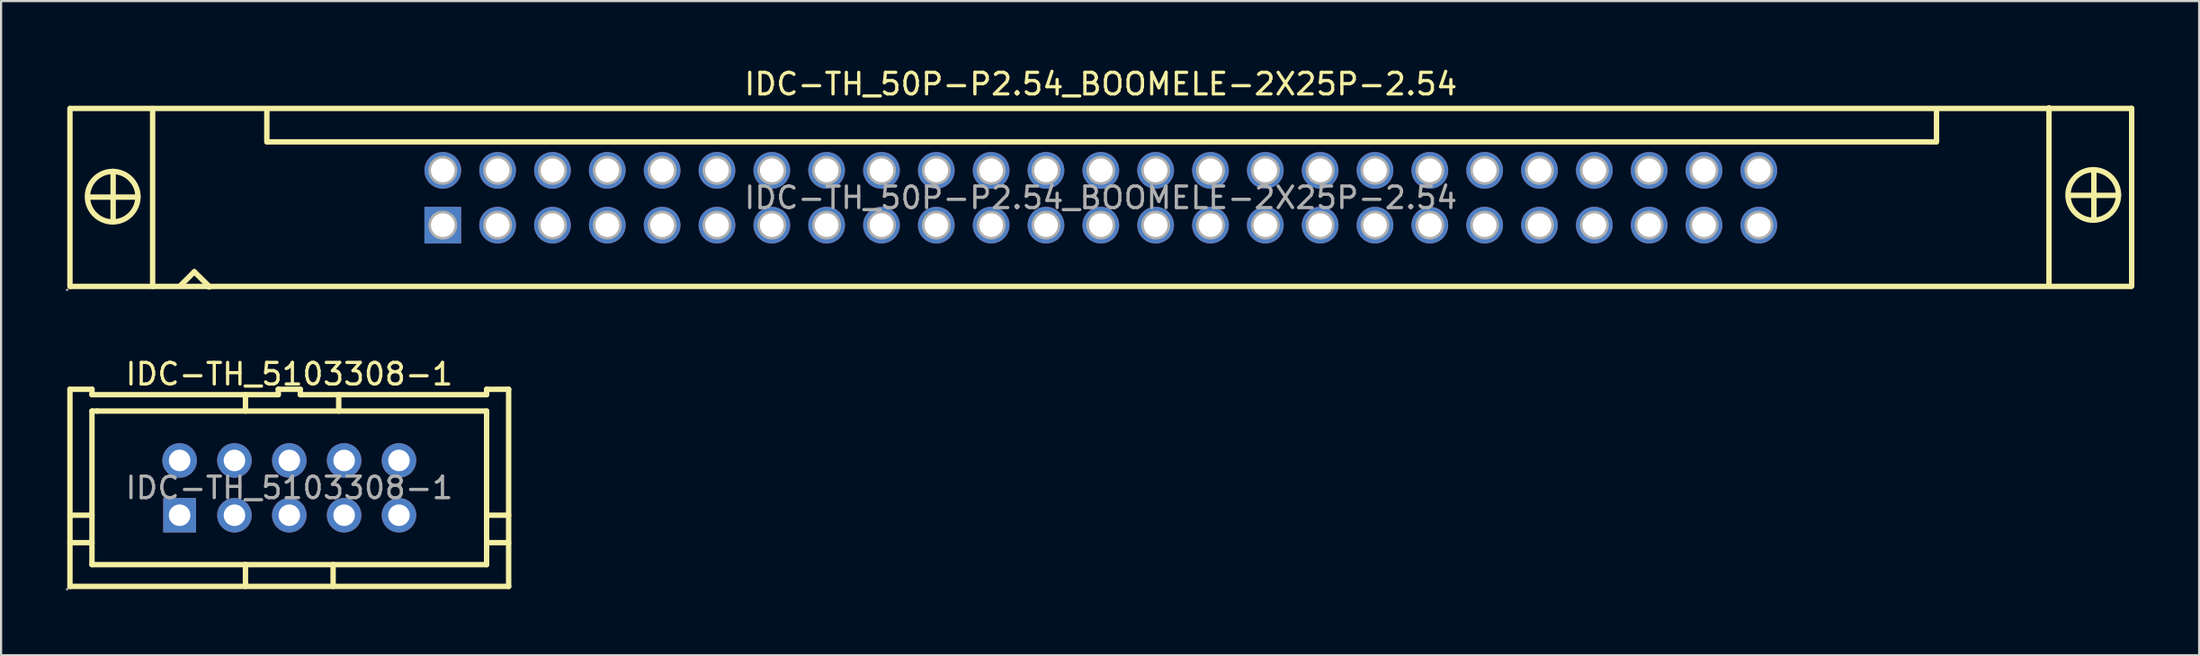
<source format=kicad_pcb>
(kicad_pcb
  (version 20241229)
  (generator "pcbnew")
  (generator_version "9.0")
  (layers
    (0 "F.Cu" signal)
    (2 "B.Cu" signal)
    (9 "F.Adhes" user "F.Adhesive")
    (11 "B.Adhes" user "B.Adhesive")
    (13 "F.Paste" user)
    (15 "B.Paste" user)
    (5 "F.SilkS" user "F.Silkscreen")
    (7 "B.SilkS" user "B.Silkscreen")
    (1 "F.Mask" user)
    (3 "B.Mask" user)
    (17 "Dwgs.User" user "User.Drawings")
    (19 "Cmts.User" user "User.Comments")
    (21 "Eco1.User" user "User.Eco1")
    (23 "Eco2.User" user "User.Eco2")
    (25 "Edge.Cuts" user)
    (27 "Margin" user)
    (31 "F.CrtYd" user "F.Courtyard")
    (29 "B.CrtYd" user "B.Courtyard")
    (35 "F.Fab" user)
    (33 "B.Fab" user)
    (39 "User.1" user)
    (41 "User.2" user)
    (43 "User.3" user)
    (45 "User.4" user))
  (footprint "IDC-TH_5103308-1"
    (layer "F.Cu")
    (at 10.35 19.567)
    (property "Reference" "IDC-TH_5103308-1" (at 0 -5.27 0) (layer "F.SilkS") (effects (font (size 1 1) (thickness 0.15))))
    (attr through_hole)
    (fp_line (start -10.16 1.27) (end -9.14 1.27) (stroke (width 0.25) (type solid)) (layer "F.SilkS"))
    (fp_line (start -10.16 2.54) (end -9.14 2.54) (stroke (width 0.25) (type solid)) (layer "F.SilkS"))
    (fp_line (start -10.16 4.57) (end -10.16 -4.57) (stroke (width 0.25) (type solid)) (layer "F.SilkS"))
    (fp_line (start -10.16 4.57) (end 10.16 4.57) (stroke (width 0.25) (type solid)) (layer "F.SilkS"))
    (fp_line (start -9.14 -4.57) (end -10.16 -4.57) (stroke (width 0.25) (type solid)) (layer "F.SilkS"))
    (fp_line (start -9.14 -4.32) (end -9.14 -4.57) (stroke (width 0.25) (type solid)) (layer "F.SilkS"))
    (fp_line (start -9.14 -3.56) (end -8.89 -3.56) (stroke (width 0.25) (type solid)) (layer "F.SilkS"))
    (fp_line (start -9.14 3.56) (end -9.14 -3.56) (stroke (width 0.25) (type solid)) (layer "F.SilkS"))
    (fp_line (start -8.89 -3.56) (end 9.14 -3.56) (stroke (width 0.25) (type solid)) (layer "F.SilkS"))
    (fp_line (start -2.03 -4.32) (end -2.03 -3.56) (stroke (width 0.25) (type solid)) (layer "F.SilkS"))
    (fp_line (start -2.03 3.56) (end -9.14 3.56) (stroke (width 0.25) (type solid)) (layer "F.SilkS"))
    (fp_line (start -2.03 3.56) (end -2.03 4.57) (stroke (width 0.25) (type solid)) (layer "F.SilkS"))
    (fp_line (start -2.03 3.56) (end 2.03 3.56) (stroke (width 0.25) (type solid)) (layer "F.SilkS"))
    (fp_line (start -0.51 -4.57) (end -0.51 -4.32) (stroke (width 0.25) (type solid)) (layer "F.SilkS"))
    (fp_line (start -0.51 -4.32) (end -9.14 -4.32) (stroke (width 0.25) (type solid)) (layer "F.SilkS"))
    (fp_line (start 0.51 -4.57) (end -0.51 -4.57) (stroke (width 0.25) (type solid)) (layer "F.SilkS"))
    (fp_line (start 0.51 -4.32) (end 0.51 -4.57) (stroke (width 0.25) (type solid)) (layer "F.SilkS"))
    (fp_line (start 2.03 3.56) (end 2.03 4.57) (stroke (width 0.25) (type solid)) (layer "F.SilkS"))
    (fp_line (start 2.29 -4.32) (end 2.29 -3.56) (stroke (width 0.25) (type solid)) (layer "F.SilkS"))
    (fp_line (start 9.14 -4.57) (end 9.14 -4.32) (stroke (width 0.25) (type solid)) (layer "F.SilkS"))
    (fp_line (start 9.14 -4.32) (end 0.51 -4.32) (stroke (width 0.25) (type solid)) (layer "F.SilkS"))
    (fp_line (start 9.14 -3.56) (end 9.14 3.56) (stroke (width 0.25) (type solid)) (layer "F.SilkS"))
    (fp_line (start 9.14 1.27) (end 10.16 1.27) (stroke (width 0.25) (type solid)) (layer "F.SilkS"))
    (fp_line (start 9.14 2.54) (end 10.16 2.54) (stroke (width 0.25) (type solid)) (layer "F.SilkS"))
    (fp_line (start 9.14 3.56) (end 2.03 3.56) (stroke (width 0.25) (type solid)) (layer "F.SilkS"))
    (fp_line (start 10.16 -4.57) (end 9.14 -4.57) (stroke (width 0.25) (type solid)) (layer "F.SilkS"))
    (fp_line (start 10.16 4.57) (end 10.16 -4.57) (stroke (width 0.25) (type solid)) (layer "F.SilkS"))
    (fp_circle (center -10.29 4.7) (end -10.26 4.7) (stroke (width 0.06) (type solid)) (fill no) (layer "F.Fab"))
    (fp_circle (center -5.08 -1.27) (end -4.88 -1.27) (stroke (width 0.4) (type solid)) (fill no) (layer "F.Fab"))
    (fp_circle (center -5.08 1.27) (end -4.88 1.27) (stroke (width 0.4) (type solid)) (fill no) (layer "F.Fab"))
    (fp_circle (center -2.54 -1.27) (end -2.34 -1.27) (stroke (width 0.4) (type solid)) (fill no) (layer "F.Fab"))
    (fp_circle (center -2.54 1.27) (end -2.34 1.27) (stroke (width 0.4) (type solid)) (fill no) (layer "F.Fab"))
    (fp_circle (center 0 -1.27) (end 0.2 -1.27) (stroke (width 0.4) (type solid)) (fill no) (layer "F.Fab"))
    (fp_circle (center 0 1.27) (end 0.2 1.27) (stroke (width 0.4) (type solid)) (fill no) (layer "F.Fab"))
    (fp_circle (center 2.54 -1.27) (end 2.74 -1.27) (stroke (width 0.4) (type solid)) (fill no) (layer "F.Fab"))
    (fp_circle (center 2.54 1.27) (end 2.74 1.27) (stroke (width 0.4) (type solid)) (fill no) (layer "F.Fab"))
    (fp_circle (center 5.08 -1.27) (end 5.28 -1.27) (stroke (width 0.4) (type solid)) (fill no) (layer "F.Fab"))
    (fp_circle (center 5.08 1.27) (end 5.28 1.27) (stroke (width 0.4) (type solid)) (fill no) (layer "F.Fab"))
    (fp_text user "${REFERENCE}" (at 0 0 0) (layer "F.Fab") (effects (font (size 1 1) (thickness 0.15))))
    (pad "1" thru_hole rect (at -5.08 1.27) (size 1.52 1.6) (drill 1) (layers "*.Cu" "*.Paste" "*.Mask"))
    (pad "2" thru_hole circle (at -5.08 -1.27) (size 1.6 1.6) (drill 1) (layers "*.Cu" "*.Paste" "*.Mask"))
    (pad "3" thru_hole circle (at -2.54 1.27) (size 1.6 1.6) (drill 1) (layers "*.Cu" "*.Paste" "*.Mask"))
    (pad "4" thru_hole circle (at -2.54 -1.27) (size 1.6 1.6) (drill 1) (layers "*.Cu" "*.Paste" "*.Mask"))
    (pad "5" thru_hole circle (at 0 1.27) (size 1.6 1.6) (drill 1) (layers "*.Cu" "*.Paste" "*.Mask"))
    (pad "6" thru_hole circle (at 0 -1.27) (size 1.6 1.6) (drill 1) (layers "*.Cu" "*.Paste" "*.Mask"))
    (pad "7" thru_hole circle (at 2.54 1.27) (size 1.6 1.6) (drill 1) (layers "*.Cu" "*.Paste" "*.Mask"))
    (pad "8" thru_hole circle (at 2.54 -1.27) (size 1.6 1.6) (drill 1) (layers "*.Cu" "*.Paste" "*.Mask"))
    (pad "9" thru_hole circle (at 5.08 1.27) (size 1.6 1.6) (drill 1) (layers "*.Cu" "*.Paste" "*.Mask"))
    (pad "10" thru_hole circle (at 5.08 -1.27) (size 1.6 1.6) (drill 1) (layers "*.Cu" "*.Paste" "*.Mask")))
  (footprint "IDC-TH_50P-P2.54_BOOMELE-2X25P-2.54"
    (layer "F.Cu")
    (at 47.94 6.118)
    (property "Reference" "IDC-TH_50P-P2.54_BOOMELE-2X25P-2.54" (at 0 -5.27 0) (layer "F.SilkS") (effects (font (size 1 1) (thickness 0.15))))
    (attr through_hole)
    (fp_line (start -47.75 -4.14) (end -47.75 4.11) (stroke (width 0.25) (type solid)) (layer "F.SilkS"))
    (fp_line (start -47.73 -4.14) (end 47.72 -4.14) (stroke (width 0.25) (type solid)) (layer "F.SilkS"))
    (fp_line (start -47.72 4.11) (end 47.73 4.11) (stroke (width 0.25) (type solid)) (layer "F.SilkS"))
    (fp_line (start -46.91 -0.03) (end -44.68 -0.03) (stroke (width 0.25) (type solid)) (layer "F.SilkS"))
    (fp_line (start -46.91 0.03) (end -46.91 -0.03) (stroke (width 0.25) (type solid)) (layer "F.SilkS"))
    (fp_line (start -45.75 -1.22) (end -45.75 1.07) (stroke (width 0.25) (type solid)) (layer "F.SilkS"))
    (fp_line (start -45.75 1.07) (end -45.77 1.09) (stroke (width 0.25) (type solid)) (layer "F.SilkS"))
    (fp_line (start -44.68 -0.03) (end -44.6 -0.05) (stroke (width 0.25) (type solid)) (layer "F.SilkS"))
    (fp_line (start -43.92 -4.14) (end -43.92 4.11) (stroke (width 0.25) (type solid)) (layer "F.SilkS"))
    (fp_line (start -42.62 4.06) (end -41.99 3.43) (stroke (width 0.25) (type solid)) (layer "F.SilkS"))
    (fp_line (start -41.99 3.43) (end -41.3 4.11) (stroke (width 0.25) (type solid)) (layer "F.SilkS"))
    (fp_line (start -41.3 4.11) (end -41.3 4.14) (stroke (width 0.25) (type solid)) (layer "F.SilkS"))
    (fp_line (start -38.63 -2.59) (end -38.63 -4.09) (stroke (width 0.25) (type solid)) (layer "F.SilkS"))
    (fp_line (start -38.61 -2.59) (end 38.68 -2.59) (stroke (width 0.25) (type solid)) (layer "F.SilkS"))
    (fp_line (start 38.71 -2.59) (end 38.71 -4.09) (stroke (width 0.25) (type solid)) (layer "F.SilkS"))
    (fp_line (start 43.92 -4.17) (end 43.92 4.08) (stroke (width 0.25) (type solid)) (layer "F.SilkS"))
    (fp_line (start 44.83 -0.11) (end 47.07 -0.11) (stroke (width 0.25) (type solid)) (layer "F.SilkS"))
    (fp_line (start 44.83 -0.06) (end 44.83 -0.11) (stroke (width 0.25) (type solid)) (layer "F.SilkS"))
    (fp_line (start 46 -1.3) (end 46 0.99) (stroke (width 0.25) (type solid)) (layer "F.SilkS"))
    (fp_line (start 46 0.99) (end 45.97 1.01) (stroke (width 0.25) (type solid)) (layer "F.SilkS"))
    (fp_line (start 47.07 -0.11) (end 47.14 -0.13) (stroke (width 0.25) (type solid)) (layer "F.SilkS"))
    (fp_line (start 47.75 -4.15) (end 47.75 4.1) (stroke (width 0.25) (type solid)) (layer "F.SilkS"))
    (fp_circle (center -45.77 -0.05) (end -44.6 -0.05) (stroke (width 0.25) (type solid)) (fill no) (layer "F.SilkS"))
    (fp_circle (center 45.97 -0.13) (end 47.14 -0.13) (stroke (width 0.25) (type solid)) (fill no) (layer "F.SilkS"))
    (fp_circle (center -47.88 4.27) (end -47.85 4.27) (stroke (width 0.06) (type solid)) (fill no) (layer "F.Fab"))
    (fp_circle (center -30.48 -1.27) (end -30.26 -1.27) (stroke (width 0.45) (type solid)) (fill no) (layer "F.Fab"))
    (fp_circle (center -30.48 1.27) (end -30.26 1.27) (stroke (width 0.45) (type solid)) (fill no) (layer "F.Fab"))
    (fp_circle (center -27.94 -1.27) (end -27.72 -1.27) (stroke (width 0.45) (type solid)) (fill no) (layer "F.Fab"))
    (fp_circle (center -27.94 1.27) (end -27.72 1.27) (stroke (width 0.45) (type solid)) (fill no) (layer "F.Fab"))
    (fp_circle (center -25.4 -1.27) (end -25.18 -1.27) (stroke (width 0.45) (type solid)) (fill no) (layer "F.Fab"))
    (fp_circle (center -25.4 1.27) (end -25.18 1.27) (stroke (width 0.45) (type solid)) (fill no) (layer "F.Fab"))
    (fp_circle (center -22.86 -1.27) (end -22.64 -1.27) (stroke (width 0.45) (type solid)) (fill no) (layer "F.Fab"))
    (fp_circle (center -22.86 1.27) (end -22.64 1.27) (stroke (width 0.45) (type solid)) (fill no) (layer "F.Fab"))
    (fp_circle (center -20.32 -1.27) (end -20.1 -1.27) (stroke (width 0.45) (type solid)) (fill no) (layer "F.Fab"))
    (fp_circle (center -20.32 1.27) (end -20.1 1.27) (stroke (width 0.45) (type solid)) (fill no) (layer "F.Fab"))
    (fp_circle (center -17.78 -1.27) (end -17.56 -1.27) (stroke (width 0.45) (type solid)) (fill no) (layer "F.Fab"))
    (fp_circle (center -17.78 1.27) (end -17.56 1.27) (stroke (width 0.45) (type solid)) (fill no) (layer "F.Fab"))
    (fp_circle (center -15.24 -1.27) (end -15.02 -1.27) (stroke (width 0.45) (type solid)) (fill no) (layer "F.Fab"))
    (fp_circle (center -15.24 1.27) (end -15.02 1.27) (stroke (width 0.45) (type solid)) (fill no) (layer "F.Fab"))
    (fp_circle (center -12.7 -1.27) (end -12.48 -1.27) (stroke (width 0.45) (type solid)) (fill no) (layer "F.Fab"))
    (fp_circle (center -12.7 1.27) (end -12.48 1.27) (stroke (width 0.45) (type solid)) (fill no) (layer "F.Fab"))
    (fp_circle (center -10.16 -1.27) (end -9.94 -1.27) (stroke (width 0.45) (type solid)) (fill no) (layer "F.Fab"))
    (fp_circle (center -10.16 1.27) (end -9.94 1.27) (stroke (width 0.45) (type solid)) (fill no) (layer "F.Fab"))
    (fp_circle (center -7.62 -1.27) (end -7.4 -1.27) (stroke (width 0.45) (type solid)) (fill no) (layer "F.Fab"))
    (fp_circle (center -7.62 1.27) (end -7.4 1.27) (stroke (width 0.45) (type solid)) (fill no) (layer "F.Fab"))
    (fp_circle (center -5.08 -1.27) (end -4.86 -1.27) (stroke (width 0.45) (type solid)) (fill no) (layer "F.Fab"))
    (fp_circle (center -5.08 1.27) (end -4.86 1.27) (stroke (width 0.45) (type solid)) (fill no) (layer "F.Fab"))
    (fp_circle (center -2.54 -1.27) (end -2.32 -1.27) (stroke (width 0.45) (type solid)) (fill no) (layer "F.Fab"))
    (fp_circle (center -2.54 1.27) (end -2.32 1.27) (stroke (width 0.45) (type solid)) (fill no) (layer "F.Fab"))
    (fp_circle (center 0 -1.27) (end 0.22 -1.27) (stroke (width 0.45) (type solid)) (fill no) (layer "F.Fab"))
    (fp_circle (center 0 1.27) (end 0.22 1.27) (stroke (width 0.45) (type solid)) (fill no) (layer "F.Fab"))
    (fp_circle (center 2.54 -1.27) (end 2.76 -1.27) (stroke (width 0.45) (type solid)) (fill no) (layer "F.Fab"))
    (fp_circle (center 2.54 1.27) (end 2.76 1.27) (stroke (width 0.45) (type solid)) (fill no) (layer "F.Fab"))
    (fp_circle (center 5.08 -1.27) (end 5.3 -1.27) (stroke (width 0.45) (type solid)) (fill no) (layer "F.Fab"))
    (fp_circle (center 5.08 1.27) (end 5.3 1.27) (stroke (width 0.45) (type solid)) (fill no) (layer "F.Fab"))
    (fp_circle (center 7.62 -1.27) (end 7.84 -1.27) (stroke (width 0.45) (type solid)) (fill no) (layer "F.Fab"))
    (fp_circle (center 7.62 1.27) (end 7.84 1.27) (stroke (width 0.45) (type solid)) (fill no) (layer "F.Fab"))
    (fp_circle (center 10.16 -1.27) (end 10.38 -1.27) (stroke (width 0.45) (type solid)) (fill no) (layer "F.Fab"))
    (fp_circle (center 10.16 1.27) (end 10.38 1.27) (stroke (width 0.45) (type solid)) (fill no) (layer "F.Fab"))
    (fp_circle (center 12.7 -1.27) (end 12.92 -1.27) (stroke (width 0.45) (type solid)) (fill no) (layer "F.Fab"))
    (fp_circle (center 12.7 1.27) (end 12.92 1.27) (stroke (width 0.45) (type solid)) (fill no) (layer "F.Fab"))
    (fp_circle (center 15.24 -1.27) (end 15.46 -1.27) (stroke (width 0.45) (type solid)) (fill no) (layer "F.Fab"))
    (fp_circle (center 15.24 1.27) (end 15.46 1.27) (stroke (width 0.45) (type solid)) (fill no) (layer "F.Fab"))
    (fp_circle (center 17.78 -1.27) (end 18 -1.27) (stroke (width 0.45) (type solid)) (fill no) (layer "F.Fab"))
    (fp_circle (center 17.78 1.27) (end 18 1.27) (stroke (width 0.45) (type solid)) (fill no) (layer "F.Fab"))
    (fp_circle (center 20.32 -1.27) (end 20.54 -1.27) (stroke (width 0.45) (type solid)) (fill no) (layer "F.Fab"))
    (fp_circle (center 20.32 1.27) (end 20.54 1.27) (stroke (width 0.45) (type solid)) (fill no) (layer "F.Fab"))
    (fp_circle (center 22.86 -1.27) (end 23.08 -1.27) (stroke (width 0.45) (type solid)) (fill no) (layer "F.Fab"))
    (fp_circle (center 22.86 1.27) (end 23.08 1.27) (stroke (width 0.45) (type solid)) (fill no) (layer "F.Fab"))
    (fp_circle (center 25.4 -1.27) (end 25.62 -1.27) (stroke (width 0.45) (type solid)) (fill no) (layer "F.Fab"))
    (fp_circle (center 25.4 1.27) (end 25.62 1.27) (stroke (width 0.45) (type solid)) (fill no) (layer "F.Fab"))
    (fp_circle (center 27.94 -1.27) (end 28.16 -1.27) (stroke (width 0.45) (type solid)) (fill no) (layer "F.Fab"))
    (fp_circle (center 27.94 1.27) (end 28.16 1.27) (stroke (width 0.45) (type solid)) (fill no) (layer "F.Fab"))
    (fp_circle (center 30.48 -1.27) (end 30.7 -1.27) (stroke (width 0.45) (type solid)) (fill no) (layer "F.Fab"))
    (fp_circle (center 30.48 1.27) (end 30.7 1.27) (stroke (width 0.45) (type solid)) (fill no) (layer "F.Fab"))
    (fp_text user "${REFERENCE}" (at 0 0 0) (layer "F.Fab") (effects (font (size 1 1) (thickness 0.15))))
    (pad "1" thru_hole rect (at -30.48 1.27) (size 1.7 1.7) (drill 1.1) (layers "*.Cu" "*.Paste" "*.Mask"))
    (pad "2" thru_hole circle (at -30.48 -1.27) (size 1.7 1.7) (drill 1.1) (layers "*.Cu" "*.Paste" "*.Mask"))
    (pad "3" thru_hole circle (at -27.94 1.27) (size 1.7 1.7) (drill 1.1) (layers "*.Cu" "*.Paste" "*.Mask"))
    (pad "4" thru_hole circle (at -27.94 -1.27) (size 1.7 1.7) (drill 1.1) (layers "*.Cu" "*.Paste" "*.Mask"))
    (pad "5" thru_hole circle (at -25.4 1.27) (size 1.7 1.7) (drill 1.1) (layers "*.Cu" "*.Paste" "*.Mask"))
    (pad "6" thru_hole circle (at -25.4 -1.27) (size 1.7 1.7) (drill 1.1) (layers "*.Cu" "*.Paste" "*.Mask"))
    (pad "7" thru_hole circle (at -22.86 1.27) (size 1.7 1.7) (drill 1.1) (layers "*.Cu" "*.Paste" "*.Mask"))
    (pad "8" thru_hole circle (at -22.86 -1.27) (size 1.7 1.7) (drill 1.1) (layers "*.Cu" "*.Paste" "*.Mask"))
    (pad "9" thru_hole circle (at -20.32 1.27) (size 1.7 1.7) (drill 1.1) (layers "*.Cu" "*.Paste" "*.Mask"))
    (pad "10" thru_hole circle (at -20.32 -1.27) (size 1.7 1.7) (drill 1.1) (layers "*.Cu" "*.Paste" "*.Mask"))
    (pad "11" thru_hole circle (at -17.78 1.27) (size 1.7 1.7) (drill 1.1) (layers "*.Cu" "*.Paste" "*.Mask"))
    (pad "12" thru_hole circle (at -17.78 -1.27) (size 1.7 1.7) (drill 1.1) (layers "*.Cu" "*.Paste" "*.Mask"))
    (pad "13" thru_hole circle (at -15.24 1.27) (size 1.7 1.7) (drill 1.1) (layers "*.Cu" "*.Paste" "*.Mask"))
    (pad "14" thru_hole circle (at -15.24 -1.27) (size 1.7 1.7) (drill 1.1) (layers "*.Cu" "*.Paste" "*.Mask"))
    (pad "15" thru_hole circle (at -12.7 1.27) (size 1.7 1.7) (drill 1.1) (layers "*.Cu" "*.Paste" "*.Mask"))
    (pad "16" thru_hole circle (at -12.7 -1.27) (size 1.7 1.7) (drill 1.1) (layers "*.Cu" "*.Paste" "*.Mask"))
    (pad "17" thru_hole circle (at -10.16 1.27) (size 1.7 1.7) (drill 1.1) (layers "*.Cu" "*.Paste" "*.Mask"))
    (pad "18" thru_hole circle (at -10.16 -1.27) (size 1.7 1.7) (drill 1.1) (layers "*.Cu" "*.Paste" "*.Mask"))
    (pad "19" thru_hole circle (at -7.62 1.27) (size 1.7 1.7) (drill 1.1) (layers "*.Cu" "*.Paste" "*.Mask"))
    (pad "20" thru_hole circle (at -7.62 -1.27) (size 1.7 1.7) (drill 1.1) (layers "*.Cu" "*.Paste" "*.Mask"))
    (pad "21" thru_hole circle (at -5.08 1.27) (size 1.7 1.7) (drill 1.1) (layers "*.Cu" "*.Paste" "*.Mask"))
    (pad "22" thru_hole circle (at -5.08 -1.27) (size 1.7 1.7) (drill 1.1) (layers "*.Cu" "*.Paste" "*.Mask"))
    (pad "23" thru_hole circle (at -2.54 1.27) (size 1.7 1.7) (drill 1.1) (layers "*.Cu" "*.Paste" "*.Mask"))
    (pad "24" thru_hole circle (at -2.54 -1.27) (size 1.7 1.7) (drill 1.1) (layers "*.Cu" "*.Paste" "*.Mask"))
    (pad "25" thru_hole circle (at 0 1.27) (size 1.7 1.7) (drill 1.1) (layers "*.Cu" "*.Paste" "*.Mask"))
    (pad "26" thru_hole circle (at 0 -1.27) (size 1.7 1.7) (drill 1.1) (layers "*.Cu" "*.Paste" "*.Mask"))
    (pad "27" thru_hole circle (at 2.54 1.27) (size 1.7 1.7) (drill 1.1) (layers "*.Cu" "*.Paste" "*.Mask"))
    (pad "28" thru_hole circle (at 2.54 -1.27) (size 1.7 1.7) (drill 1.1) (layers "*.Cu" "*.Paste" "*.Mask"))
    (pad "29" thru_hole circle (at 5.08 1.27) (size 1.7 1.7) (drill 1.1) (layers "*.Cu" "*.Paste" "*.Mask"))
    (pad "30" thru_hole circle (at 5.08 -1.27) (size 1.7 1.7) (drill 1.1) (layers "*.Cu" "*.Paste" "*.Mask"))
    (pad "31" thru_hole circle (at 7.62 1.27) (size 1.7 1.7) (drill 1.1) (layers "*.Cu" "*.Paste" "*.Mask"))
    (pad "32" thru_hole circle (at 7.62 -1.27) (size 1.7 1.7) (drill 1.1) (layers "*.Cu" "*.Paste" "*.Mask"))
    (pad "33" thru_hole circle (at 10.16 1.27) (size 1.7 1.7) (drill 1.1) (layers "*.Cu" "*.Paste" "*.Mask"))
    (pad "34" thru_hole circle (at 10.16 -1.27) (size 1.7 1.7) (drill 1.1) (layers "*.Cu" "*.Paste" "*.Mask"))
    (pad "35" thru_hole circle (at 12.7 1.27) (size 1.7 1.7) (drill 1.1) (layers "*.Cu" "*.Paste" "*.Mask"))
    (pad "36" thru_hole circle (at 12.7 -1.27) (size 1.7 1.7) (drill 1.1) (layers "*.Cu" "*.Paste" "*.Mask"))
    (pad "37" thru_hole circle (at 15.24 1.27) (size 1.7 1.7) (drill 1.1) (layers "*.Cu" "*.Paste" "*.Mask"))
    (pad "38" thru_hole circle (at 15.24 -1.27) (size 1.7 1.7) (drill 1.1) (layers "*.Cu" "*.Paste" "*.Mask"))
    (pad "39" thru_hole circle (at 17.78 1.27) (size 1.7 1.7) (drill 1.1) (layers "*.Cu" "*.Paste" "*.Mask"))
    (pad "40" thru_hole circle (at 17.78 -1.27) (size 1.7 1.7) (drill 1.1) (layers "*.Cu" "*.Paste" "*.Mask"))
    (pad "41" thru_hole circle (at 20.32 1.27) (size 1.7 1.7) (drill 1.1) (layers "*.Cu" "*.Paste" "*.Mask"))
    (pad "42" thru_hole circle (at 20.32 -1.27) (size 1.7 1.7) (drill 1.1) (layers "*.Cu" "*.Paste" "*.Mask"))
    (pad "43" thru_hole circle (at 22.86 1.27) (size 1.7 1.7) (drill 1.1) (layers "*.Cu" "*.Paste" "*.Mask"))
    (pad "44" thru_hole circle (at 22.86 -1.27) (size 1.7 1.7) (drill 1.1) (layers "*.Cu" "*.Paste" "*.Mask"))
    (pad "45" thru_hole circle (at 25.4 1.27) (size 1.7 1.7) (drill 1.1) (layers "*.Cu" "*.Paste" "*.Mask"))
    (pad "46" thru_hole circle (at 25.4 -1.27) (size 1.7 1.7) (drill 1.1) (layers "*.Cu" "*.Paste" "*.Mask"))
    (pad "47" thru_hole circle (at 27.94 1.27) (size 1.7 1.7) (drill 1.1) (layers "*.Cu" "*.Paste" "*.Mask"))
    (pad "48" thru_hole circle (at 27.94 -1.27) (size 1.7 1.7) (drill 1.1) (layers "*.Cu" "*.Paste" "*.Mask"))
    (pad "49" thru_hole circle (at 30.48 1.27) (size 1.7 1.7) (drill 1.1) (layers "*.Cu" "*.Paste" "*.Mask"))
    (pad "50" thru_hole circle (at 30.48 -1.27) (size 1.7 1.7) (drill 1.1) (layers "*.Cu" "*.Paste" "*.Mask")))
  (gr_rect
    (start -3 -3)
    (end 98.815 27.326)
    (stroke (width 0.1) (type default))
    (fill no)
    (layer "Edge.Cuts")))
</source>
